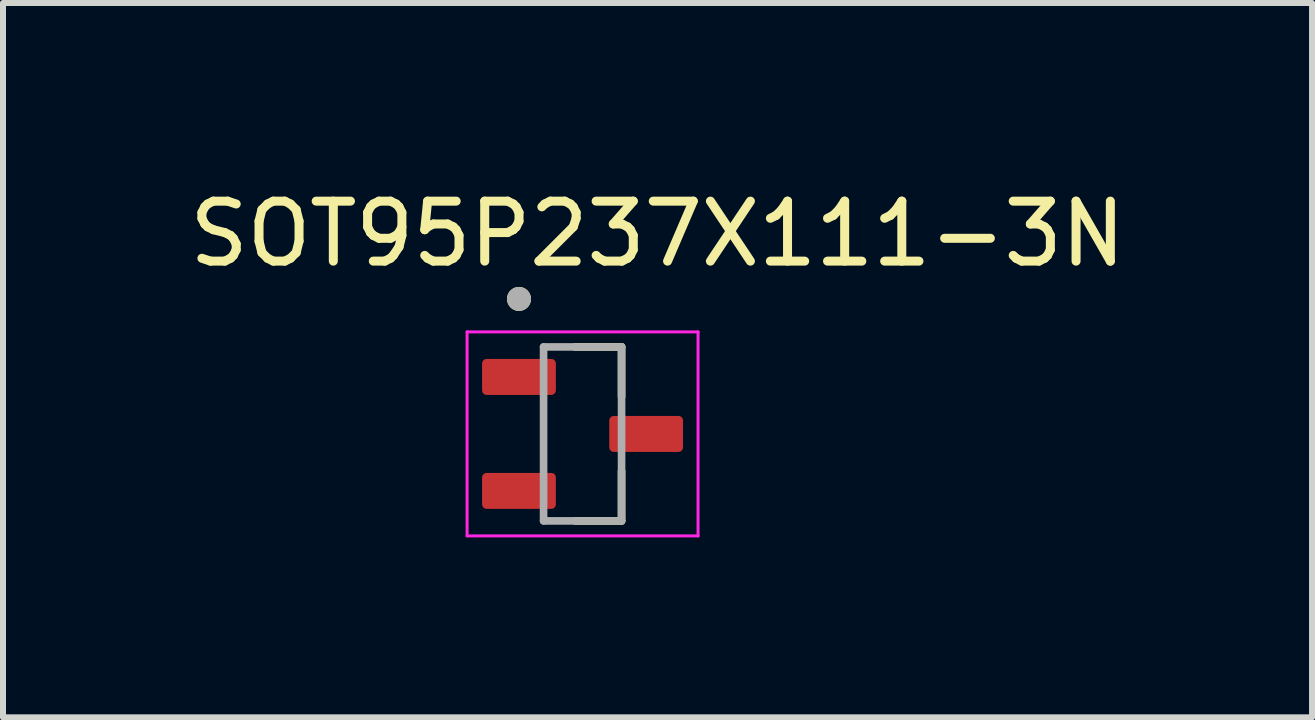
<source format=kicad_pcb>
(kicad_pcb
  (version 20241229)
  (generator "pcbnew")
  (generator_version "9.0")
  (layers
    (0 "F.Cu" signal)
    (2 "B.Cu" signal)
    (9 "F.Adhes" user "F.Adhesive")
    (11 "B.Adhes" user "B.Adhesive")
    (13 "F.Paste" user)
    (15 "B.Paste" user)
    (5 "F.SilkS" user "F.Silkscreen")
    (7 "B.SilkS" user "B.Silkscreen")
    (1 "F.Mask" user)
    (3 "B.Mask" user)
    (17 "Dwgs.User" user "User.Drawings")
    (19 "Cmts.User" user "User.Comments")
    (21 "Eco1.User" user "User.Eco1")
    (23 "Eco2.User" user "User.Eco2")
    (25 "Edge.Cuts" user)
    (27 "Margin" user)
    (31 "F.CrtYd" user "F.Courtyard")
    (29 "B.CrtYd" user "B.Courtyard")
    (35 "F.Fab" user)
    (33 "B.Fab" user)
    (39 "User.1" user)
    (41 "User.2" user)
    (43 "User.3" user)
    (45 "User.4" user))
  (footprint "SOT95P237X111-3N"
    (layer "F.Cu")
    (at 6.661 4.183)
    (property "Reference" "SOT95P237X111-3N" (at 1.25 -3.335 0) (layer "F.SilkS") (effects (font (size 1 1) (thickness 0.15))))
    (attr smd)
    (fp_line (start -0.125 -1.45) (end 0.65 -1.45) (stroke (width 0.127) (type solid)) (layer "F.SilkS"))
    (fp_line (start 0.65 -1.45) (end 0.65 -0.62) (stroke (width 0.127) (type solid)) (layer "F.SilkS"))
    (fp_line (start 0.65 1.45) (end -0.125 1.45) (stroke (width 0.127) (type solid)) (layer "F.SilkS"))
    (fp_line (start 0.65 1.45) (end 0.65 0.62) (stroke (width 0.127) (type solid)) (layer "F.SilkS"))
    (fp_circle (center -1.06 -2.25) (end -0.96 -2.25) (stroke (width 0.2) (type solid)) (fill no) (layer "F.SilkS"))
    (fp_line (start -1.925 -1.7) (end -1.925 1.7) (stroke (width 0.05) (type solid)) (layer "F.CrtYd"))
    (fp_line (start -1.925 1.7) (end 1.925 1.7) (stroke (width 0.05) (type solid)) (layer "F.CrtYd"))
    (fp_line (start 1.925 -1.7) (end -1.925 -1.7) (stroke (width 0.05) (type solid)) (layer "F.CrtYd"))
    (fp_line (start 1.925 1.7) (end 1.925 -1.7) (stroke (width 0.05) (type solid)) (layer "F.CrtYd"))
    (fp_line (start -0.65 -1.45) (end 0.65 -1.45) (stroke (width 0.127) (type solid)) (layer "F.Fab"))
    (fp_line (start -0.65 1.45) (end -0.65 -1.45) (stroke (width 0.127) (type solid)) (layer "F.Fab"))
    (fp_line (start 0.65 -1.45) (end 0.65 1.45) (stroke (width 0.127) (type solid)) (layer "F.Fab"))
    (fp_line (start 0.65 1.45) (end -0.65 1.45) (stroke (width 0.127) (type solid)) (layer "F.Fab"))
    (fp_circle (center -1.06 -2.25) (end -0.96 -2.25) (stroke (width 0.2) (type solid)) (fill no) (layer "F.Fab"))
    (pad "1" smd roundrect (at -1.06 -0.95) (size 1.23 0.6) (layers "F.Cu" "F.Mask" "F.Paste") (roundrect_rratio 0.125))
    (pad "2" smd roundrect (at -1.06 0.95) (size 1.23 0.6) (layers "F.Cu" "F.Mask" "F.Paste") (roundrect_rratio 0.125))
    (pad "3" smd roundrect (at 1.06 0) (size 1.23 0.6) (layers "F.Cu" "F.Mask" "F.Paste") (roundrect_rratio 0.125)))
  (gr_rect
    (start -3 -3)
    (end 18.821 8.908)
    (stroke (width 0.1) (type default))
    (fill no)
    (layer "Edge.Cuts")))
</source>
